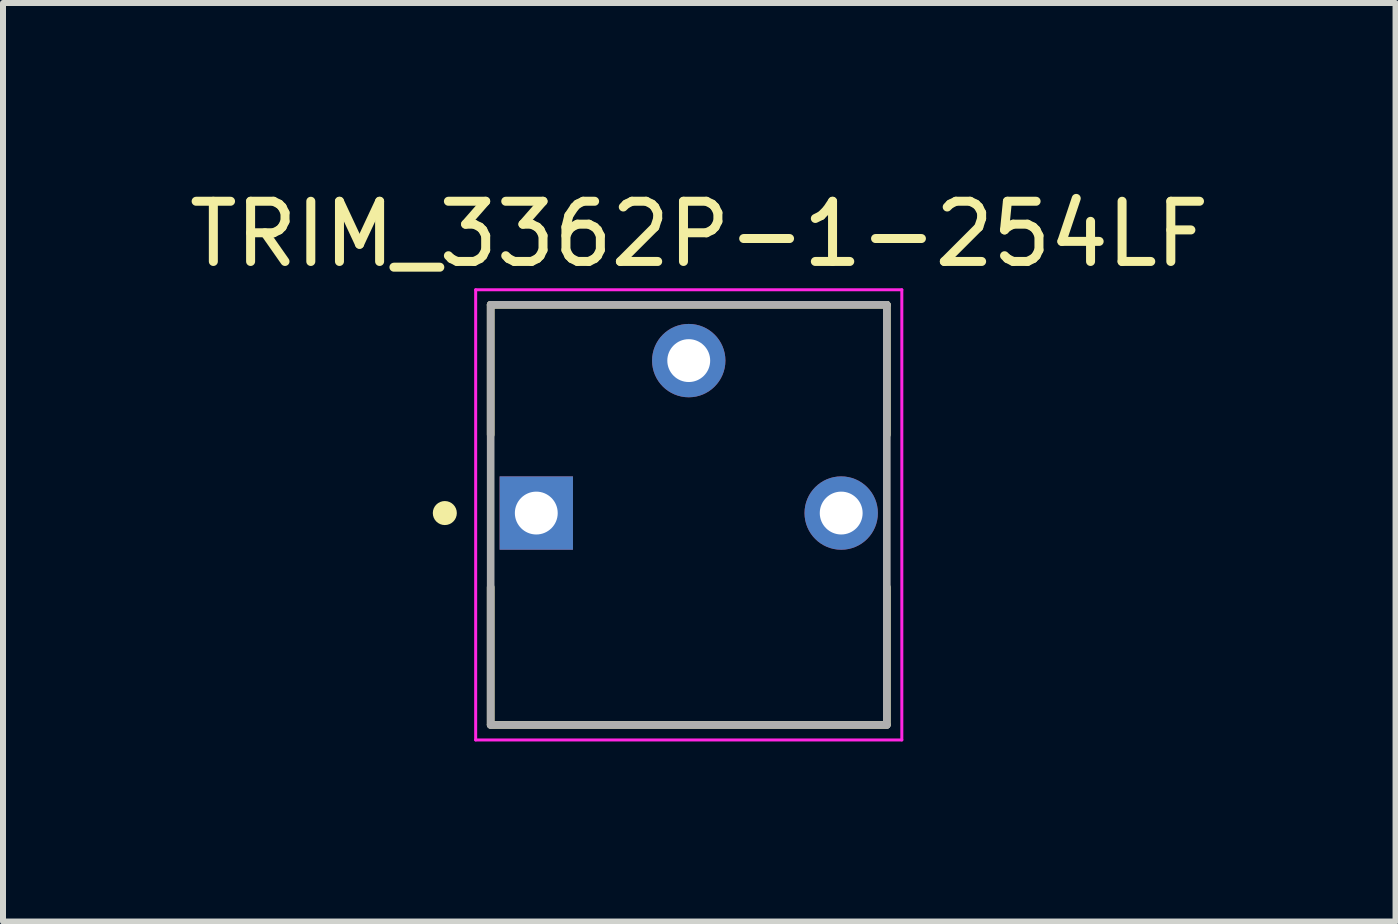
<source format=kicad_pcb>
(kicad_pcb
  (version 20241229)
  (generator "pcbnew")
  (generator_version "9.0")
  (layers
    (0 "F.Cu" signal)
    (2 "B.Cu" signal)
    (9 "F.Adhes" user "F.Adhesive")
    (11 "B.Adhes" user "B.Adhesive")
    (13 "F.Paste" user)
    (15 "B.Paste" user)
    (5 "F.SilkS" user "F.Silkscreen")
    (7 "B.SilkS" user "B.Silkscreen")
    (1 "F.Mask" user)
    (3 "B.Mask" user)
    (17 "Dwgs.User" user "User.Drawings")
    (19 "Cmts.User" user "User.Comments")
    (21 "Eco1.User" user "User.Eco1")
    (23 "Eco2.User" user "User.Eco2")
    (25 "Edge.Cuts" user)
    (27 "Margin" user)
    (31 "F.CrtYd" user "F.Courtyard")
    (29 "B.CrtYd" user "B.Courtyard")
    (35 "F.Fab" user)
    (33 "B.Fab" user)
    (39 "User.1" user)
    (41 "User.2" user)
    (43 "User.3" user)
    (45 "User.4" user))
  (footprint "TRIM_3362P-1-254LF"
    (layer "F.Cu")
    (at 8.425 5.498)
    (property "Reference" "TRIM_3362P-1-254LF" (at 0.175 -4.648 0) (layer "F.SilkS") (effects (font (size 1.003 1.003) (thickness 0.15))))
    (attr through_hole)
    (fp_line (start -3.3 -3.47) (end 3.3 -3.47) (stroke (width 0.127) (type solid)) (layer "F.SilkS"))
    (fp_line (start -3.3 -1.305) (end -3.3 -3.47) (stroke (width 0.127) (type solid)) (layer "F.SilkS"))
    (fp_line (start -3.3 3.52) (end -3.3 1.235) (stroke (width 0.127) (type solid)) (layer "F.SilkS"))
    (fp_line (start 3.3 -3.47) (end 3.3 -1.305) (stroke (width 0.127) (type solid)) (layer "F.SilkS"))
    (fp_line (start 3.3 1.235) (end 3.3 3.52) (stroke (width 0.127) (type solid)) (layer "F.SilkS"))
    (fp_line (start 3.3 3.53) (end -3.3 3.53) (stroke (width 0.127) (type solid)) (layer "F.SilkS"))
    (fp_circle (center -4.064 0) (end -3.964 0) (stroke (width 0.2) (type solid)) (fill no) (layer "F.SilkS"))
    (fp_line (start -3.55 -3.72) (end 3.55 -3.72) (stroke (width 0.05) (type solid)) (layer "F.CrtYd"))
    (fp_line (start -3.55 3.78) (end -3.55 -3.72) (stroke (width 0.05) (type solid)) (layer "F.CrtYd"))
    (fp_line (start 3.55 -3.72) (end 3.55 3.78) (stroke (width 0.05) (type solid)) (layer "F.CrtYd"))
    (fp_line (start 3.55 3.78) (end -3.55 3.78) (stroke (width 0.05) (type solid)) (layer "F.CrtYd"))
    (fp_line (start -3.3 -3.47) (end 3.3 -3.47) (stroke (width 0.127) (type solid)) (layer "F.Fab"))
    (fp_line (start -3.3 3.53) (end -3.3 -3.47) (stroke (width 0.127) (type solid)) (layer "F.Fab"))
    (fp_line (start 3.3 -3.47) (end 3.3 3.53) (stroke (width 0.127) (type solid)) (layer "F.Fab"))
    (fp_line (start 3.3 3.53) (end -3.3 3.53) (stroke (width 0.127) (type solid)) (layer "F.Fab"))
    (pad "1" thru_hole rect (at -2.54 0) (size 1.222 1.222) (drill 0.714) (layers "*.Cu" "*.Mask"))
    (pad "2" thru_hole circle (at 0 -2.54) (size 1.222 1.222) (drill 0.714) (layers "*.Cu" "*.Mask"))
    (pad "3" thru_hole circle (at 2.54 0) (size 1.222 1.222) (drill 0.714) (layers "*.Cu" "*.Mask")))
  (gr_rect
    (start -3 -3)
    (end 20.201 12.303)
    (stroke (width 0.1) (type default))
    (fill no)
    (layer "Edge.Cuts")))
</source>
